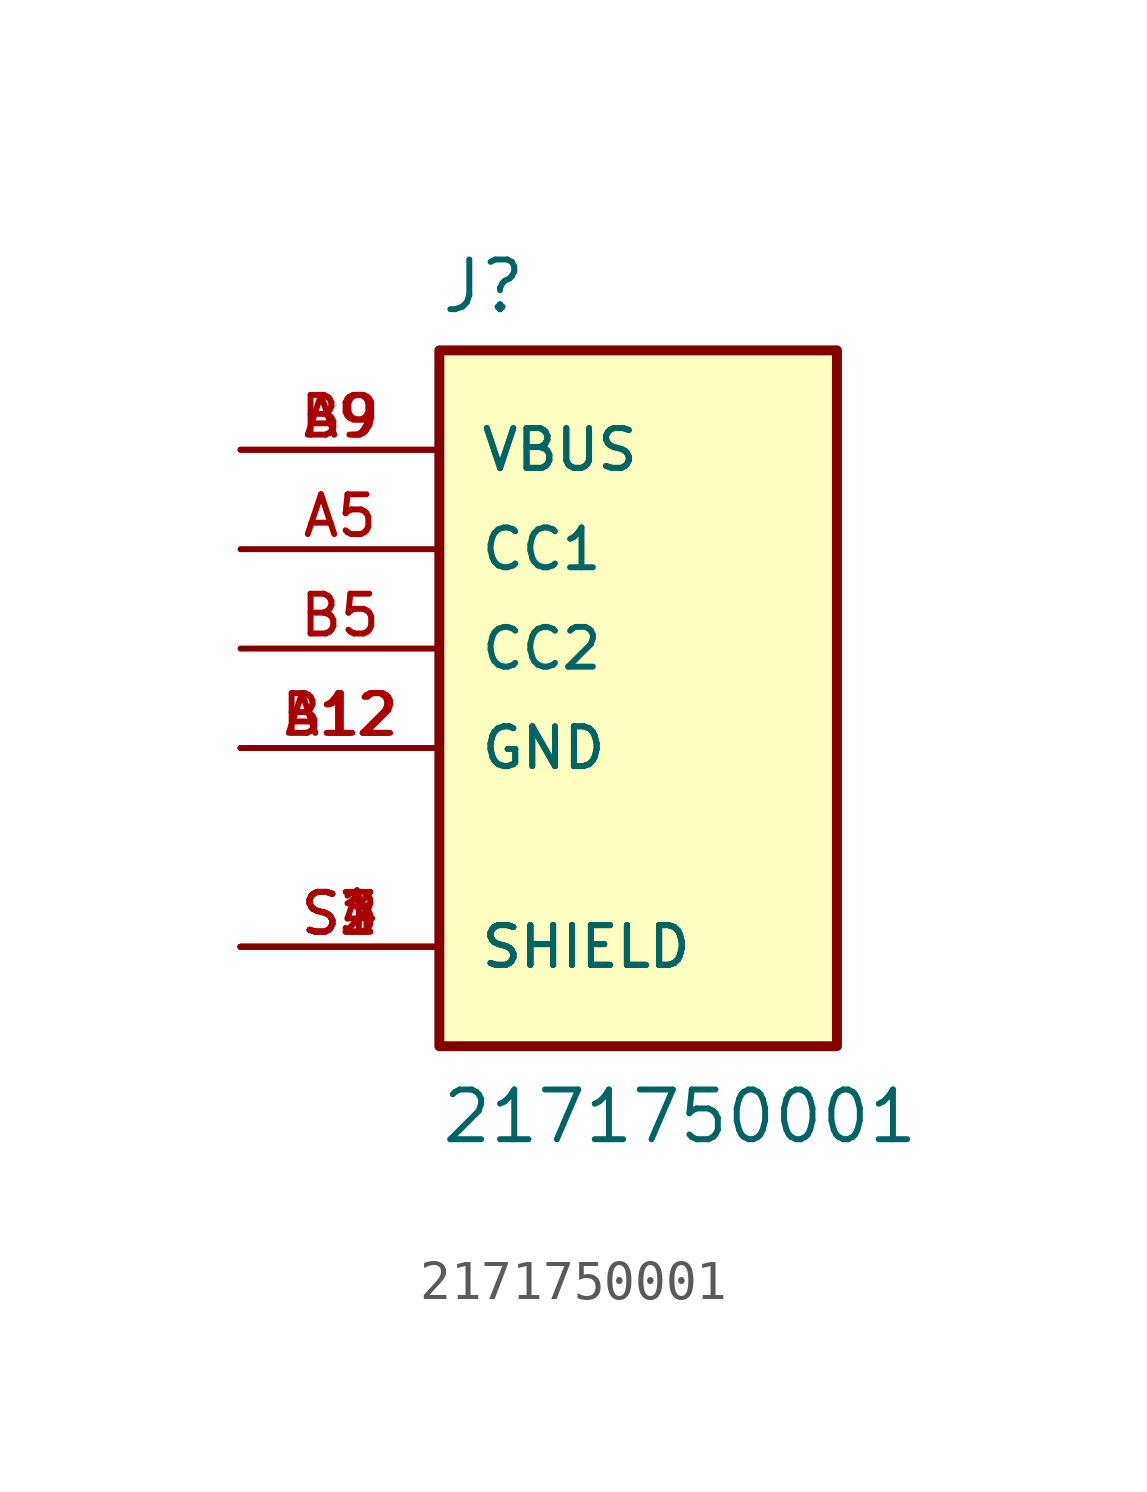
<source format=kicad_sym>
(kicad_symbol_lib
  (version 20211014)
  (generator kicad_symbol_editor)
  (symbol "2171750001"
    (pin_names
      (offset 1.016))
    (property "Reference" "J"
      (at -5.08 8.509 0)
      (effects (font (size 1.27 1.27)) (justify bottom left)))
    (property "Value" "2171750001"
      (at -5.08 -12.7 0)
      (effects (font (size 1.27 1.27)) (justify bottom left)))
    (symbol "2171750001_0_0"
      (rectangle (start -5.08 -10.16) (end 5.08 7.62) (stroke (width 0.254)) (fill (type background)))
      (pin bidirectional line (at -10.16 2.54 0) (length 5.08) (name "CC1" (effects (font (size 1.016 1.016)))) (number "A5" (effects (font (size 1.016 1.016)))))
      (pin bidirectional line (at -10.16 0.0 0) (length 5.08) (name "CC2" (effects (font (size 1.016 1.016)))) (number "B5" (effects (font (size 1.016 1.016)))))
      (pin power_in line (at -10.16 5.08 0) (length 5.08) (name "VBUS" (effects (font (size 1.016 1.016)))) (number "A9" (effects (font (size 1.016 1.016)))))
      (pin power_in line (at -10.16 5.08 0) (length 5.08) (name "VBUS" (effects (font (size 1.016 1.016)))) (number "B9" (effects (font (size 1.016 1.016)))))
      (pin power_in line (at -10.16 -2.54 0) (length 5.08) (name "GND" (effects (font (size 1.016 1.016)))) (number "A12" (effects (font (size 1.016 1.016)))))
      (pin power_in line (at -10.16 -2.54 0) (length 5.08) (name "GND" (effects (font (size 1.016 1.016)))) (number "B12" (effects (font (size 1.016 1.016)))))
      (pin passive line (at -10.16 -7.62 0) (length 5.08) (name "SHIELD" (effects (font (size 1.016 1.016)))) (number "S1" (effects (font (size 1.016 1.016)))))
      (pin passive line (at -10.16 -7.62 0) (length 5.08) (name "SHIELD" (effects (font (size 1.016 1.016)))) (number "S2" (effects (font (size 1.016 1.016)))))
      (pin passive line (at -10.16 -7.62 0) (length 5.08) (name "SHIELD" (effects (font (size 1.016 1.016)))) (number "S3" (effects (font (size 1.016 1.016)))))
      (pin passive line (at -10.16 -7.62 0) (length 5.08) (name "SHIELD" (effects (font (size 1.016 1.016)))) (number "S4" (effects (font (size 1.016 1.016))))))))
</source>
